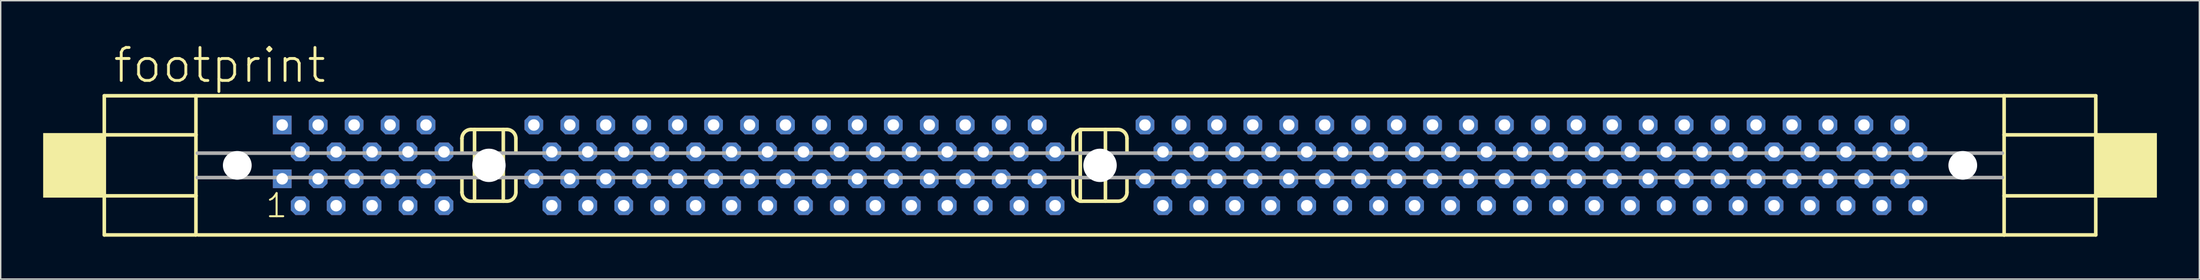
<source format=kicad_pcb>
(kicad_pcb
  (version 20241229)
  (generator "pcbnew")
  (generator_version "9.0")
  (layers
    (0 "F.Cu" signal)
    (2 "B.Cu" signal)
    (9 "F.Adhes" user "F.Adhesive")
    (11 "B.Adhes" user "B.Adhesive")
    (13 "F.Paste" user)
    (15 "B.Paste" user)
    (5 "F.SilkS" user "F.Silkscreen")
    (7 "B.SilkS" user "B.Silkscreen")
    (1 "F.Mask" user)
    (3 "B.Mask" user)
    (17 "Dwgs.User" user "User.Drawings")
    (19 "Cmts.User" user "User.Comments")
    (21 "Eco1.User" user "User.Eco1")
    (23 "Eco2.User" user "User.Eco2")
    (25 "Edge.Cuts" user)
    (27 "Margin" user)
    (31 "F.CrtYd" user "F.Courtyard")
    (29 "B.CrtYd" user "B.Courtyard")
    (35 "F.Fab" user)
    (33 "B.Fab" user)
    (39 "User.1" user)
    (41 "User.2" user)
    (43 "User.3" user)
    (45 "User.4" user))
  (footprint "footprint"
    (layer "F.Cu")
    (at 74.676 8.661)
    (property "Reference" "footprint" (at -69.85 -5.715 0) (layer "F.SilkS") (effects (font (size 2.337 2.337) (thickness 0.203)) (justify left bottom)))
    (fp_line (start -70.358 -4.928) (end -63.881 -4.928) (stroke (width 0.254) (type solid)) (layer "F.SilkS"))
    (fp_line (start -70.358 -2.311) (end -70.358 -4.928) (stroke (width 0.254) (type solid)) (layer "F.SilkS"))
    (fp_line (start -70.358 2.286) (end -70.358 4.928) (stroke (width 0.254) (type solid)) (layer "F.SilkS"))
    (fp_line (start -70.358 4.928) (end -63.881 4.928) (stroke (width 0.254) (type solid)) (layer "F.SilkS"))
    (fp_line (start -70.333 -2.159) (end -63.881 -2.159) (stroke (width 0.254) (type solid)) (layer "F.SilkS"))
    (fp_line (start -63.881 -4.928) (end -63.881 -2.159) (stroke (width 0.254) (type solid)) (layer "F.SilkS"))
    (fp_line (start -63.881 -4.928) (end 63.881 -4.928) (stroke (width 0.254) (type solid)) (layer "F.SilkS"))
    (fp_line (start -63.881 -2.159) (end -63.881 2.159) (stroke (width 0.254) (type solid)) (layer "F.SilkS"))
    (fp_line (start -63.881 2.159) (end -70.333 2.159) (stroke (width 0.254) (type solid)) (layer "F.SilkS"))
    (fp_line (start -63.881 4.928) (end -63.881 2.159) (stroke (width 0.254) (type solid)) (layer "F.SilkS"))
    (fp_line (start -45.085 -1.905) (end -45.085 -0.889) (stroke (width 0.254) (type solid)) (layer "F.SilkS"))
    (fp_line (start -45.085 0.889) (end -45.085 1.905) (stroke (width 0.254) (type solid)) (layer "F.SilkS"))
    (fp_line (start -44.45 2.54) (end -44.196 2.54) (stroke (width 0.254) (type solid)) (layer "F.SilkS"))
    (fp_line (start -44.196 -2.54) (end -44.45 -2.54) (stroke (width 0.254) (type solid)) (layer "F.SilkS"))
    (fp_line (start -44.196 2.54) (end -44.196 -2.54) (stroke (width 0.254) (type solid)) (layer "F.SilkS"))
    (fp_line (start -44.196 2.54) (end -42.164 2.54) (stroke (width 0.254) (type solid)) (layer "F.SilkS"))
    (fp_line (start -42.164 -2.54) (end -44.196 -2.54) (stroke (width 0.254) (type solid)) (layer "F.SilkS"))
    (fp_line (start -42.164 2.54) (end -42.164 -2.54) (stroke (width 0.254) (type solid)) (layer "F.SilkS"))
    (fp_line (start -42.164 2.54) (end -41.91 2.54) (stroke (width 0.254) (type solid)) (layer "F.SilkS"))
    (fp_line (start -41.91 -2.54) (end -42.164 -2.54) (stroke (width 0.254) (type solid)) (layer "F.SilkS"))
    (fp_line (start -41.275 -0.889) (end -41.275 -1.905) (stroke (width 0.254) (type solid)) (layer "F.SilkS"))
    (fp_line (start -41.275 1.905) (end -41.275 0.889) (stroke (width 0.254) (type solid)) (layer "F.SilkS"))
    (fp_line (start -1.905 -1.905) (end -1.905 -0.889) (stroke (width 0.254) (type solid)) (layer "F.SilkS"))
    (fp_line (start -1.905 0.889) (end -1.905 1.905) (stroke (width 0.254) (type solid)) (layer "F.SilkS"))
    (fp_line (start -1.397 2.54) (end -1.397 -2.54) (stroke (width 0.254) (type solid)) (layer "F.SilkS"))
    (fp_line (start -1.397 2.54) (end -1.27 2.54) (stroke (width 0.254) (type solid)) (layer "F.SilkS"))
    (fp_line (start -1.27 -2.54) (end -1.397 -2.54) (stroke (width 0.254) (type solid)) (layer "F.SilkS"))
    (fp_line (start -1.27 2.54) (end 0.381 2.54) (stroke (width 0.254) (type solid)) (layer "F.SilkS"))
    (fp_line (start 0.381 -2.54) (end -1.27 -2.54) (stroke (width 0.254) (type solid)) (layer "F.SilkS"))
    (fp_line (start 0.381 2.54) (end 0.381 -2.54) (stroke (width 0.254) (type solid)) (layer "F.SilkS"))
    (fp_line (start 0.381 2.54) (end 1.27 2.54) (stroke (width 0.254) (type solid)) (layer "F.SilkS"))
    (fp_line (start 1.27 -2.54) (end 0.381 -2.54) (stroke (width 0.254) (type solid)) (layer "F.SilkS"))
    (fp_line (start 1.905 -0.889) (end 1.905 -1.905) (stroke (width 0.254) (type solid)) (layer "F.SilkS"))
    (fp_line (start 1.905 1.905) (end 1.905 0.889) (stroke (width 0.254) (type solid)) (layer "F.SilkS"))
    (fp_line (start 63.881 -4.928) (end 63.881 -2.159) (stroke (width 0.254) (type solid)) (layer "F.SilkS"))
    (fp_line (start 63.881 -2.159) (end 63.881 2.159) (stroke (width 0.254) (type solid)) (layer "F.SilkS"))
    (fp_line (start 63.881 2.159) (end 63.881 4.928) (stroke (width 0.254) (type solid)) (layer "F.SilkS"))
    (fp_line (start 63.881 4.928) (end -63.729 4.928) (stroke (width 0.254) (type solid)) (layer "F.SilkS"))
    (fp_line (start 63.881 4.928) (end 70.358 4.928) (stroke (width 0.254) (type solid)) (layer "F.SilkS"))
    (fp_line (start 70.358 -4.928) (end 63.881 -4.928) (stroke (width 0.254) (type solid)) (layer "F.SilkS"))
    (fp_line (start 70.358 -2.159) (end 63.881 -2.159) (stroke (width 0.254) (type solid)) (layer "F.SilkS"))
    (fp_line (start 70.358 -2.159) (end 70.358 -4.928) (stroke (width 0.254) (type solid)) (layer "F.SilkS"))
    (fp_line (start 70.358 2.159) (end 63.881 2.159) (stroke (width 0.254) (type solid)) (layer "F.SilkS"))
    (fp_line (start 70.358 4.928) (end 70.358 2.159) (stroke (width 0.254) (type solid)) (layer "F.SilkS"))
    (fp_arc (start -45.085 -1.905) (mid -44.899013 -2.354013) (end -44.45 -2.54) (stroke (width 0.254) (type solid)) (layer "F.SilkS"))
    (fp_arc (start -44.45 2.54) (mid -44.899013 2.354013) (end -45.085 1.905) (stroke (width 0.254) (type solid)) (layer "F.SilkS"))
    (fp_arc (start -41.91 -2.54) (mid -41.460987 -2.354013) (end -41.275 -1.905) (stroke (width 0.254) (type solid)) (layer "F.SilkS"))
    (fp_arc (start -41.275 1.905) (mid -41.460987 2.354013) (end -41.91 2.54) (stroke (width 0.254) (type solid)) (layer "F.SilkS"))
    (fp_arc (start -1.905 -1.905) (mid -1.719013 -2.354013) (end -1.27 -2.54) (stroke (width 0.254) (type solid)) (layer "F.SilkS"))
    (fp_arc (start -1.27 2.54) (mid -1.719013 2.354013) (end -1.905 1.905) (stroke (width 0.254) (type solid)) (layer "F.SilkS"))
    (fp_arc (start 1.27 -2.54) (mid 1.719013 -2.354013) (end 1.905 -1.905) (stroke (width 0.254) (type solid)) (layer "F.SilkS"))
    (fp_arc (start 1.905 1.905) (mid 1.719013 2.354013) (end 1.27 2.54) (stroke (width 0.254) (type solid)) (layer "F.SilkS"))
    (fp_poly (pts (xy -74.676 2.286) (xy -70.231 2.286) (xy -70.231 -2.286) (xy -74.676 -2.286)) (stroke (width 0) (type solid)) (fill yes) (layer "F.SilkS"))
    (fp_poly (pts (xy 70.231 2.286) (xy 74.676 2.286) (xy 74.676 -2.286) (xy 70.231 -2.286)) (stroke (width 0) (type solid)) (fill yes) (layer "F.SilkS"))
    (fp_line (start -63.779 -0.864) (end 63.754 -0.864) (stroke (width 0.254) (type solid)) (layer "F.Fab"))
    (fp_line (start -63.779 0.864) (end 63.754 0.864) (stroke (width 0.254) (type solid)) (layer "F.Fab"))
    (fp_text user "1" (at -59.055 3.81 0) (layer "F.SilkS") (effects (font (size 1.636 1.636) (thickness 0.142)) (justify left bottom)))
    (pad "" np_thru_hole circle (at -60.96 0) (size 2.032 2.032) (drill 2.032) (layers "*.Cu" "*.Mask"))
    (pad "" np_thru_hole circle (at -43.18 0) (size 2.362 2.362) (drill 2.362) (layers "*.Cu" "*.Mask"))
    (pad "" np_thru_hole circle (at 0 0) (size 2.362 2.362) (drill 2.362) (layers "*.Cu" "*.Mask"))
    (pad "" np_thru_hole circle (at 60.96 0) (size 2.032 2.032) (drill 2.032) (layers "*.Cu" "*.Mask"))
    (pad "1" thru_hole rect (at -57.785 0.953) (size 1.321 1.321) (drill 0.813) (layers "*.Cu" "*.Mask"))
    (pad "2" thru_hole roundrect (at -56.515 2.857) (size 1.321 1.321) (drill 0.813) (layers "*.Cu" "*.Mask") (roundrect_rratio 0.25) (chamfer_ratio 0.25) (chamfer top_left top_right bottom_left bottom_right))
    (pad "3" thru_hole roundrect (at -55.245 0.953) (size 1.321 1.321) (drill 0.813) (layers "*.Cu" "*.Mask") (roundrect_rratio 0.25) (chamfer_ratio 0.25) (chamfer top_left top_right bottom_left bottom_right))
    (pad "4" thru_hole roundrect (at -53.975 2.857) (size 1.321 1.321) (drill 0.813) (layers "*.Cu" "*.Mask") (roundrect_rratio 0.25) (chamfer_ratio 0.25) (chamfer top_left top_right bottom_left bottom_right))
    (pad "5" thru_hole roundrect (at -52.705 0.953) (size 1.321 1.321) (drill 0.813) (layers "*.Cu" "*.Mask") (roundrect_rratio 0.25) (chamfer_ratio 0.25) (chamfer top_left top_right bottom_left bottom_right))
    (pad "6" thru_hole roundrect (at -51.435 2.857) (size 1.321 1.321) (drill 0.813) (layers "*.Cu" "*.Mask") (roundrect_rratio 0.25) (chamfer_ratio 0.25) (chamfer top_left top_right bottom_left bottom_right))
    (pad "7" thru_hole roundrect (at -50.165 0.953) (size 1.321 1.321) (drill 0.813) (layers "*.Cu" "*.Mask") (roundrect_rratio 0.25) (chamfer_ratio 0.25) (chamfer top_left top_right bottom_left bottom_right))
    (pad "8" thru_hole roundrect (at -48.895 2.857) (size 1.321 1.321) (drill 0.813) (layers "*.Cu" "*.Mask") (roundrect_rratio 0.25) (chamfer_ratio 0.25) (chamfer top_left top_right bottom_left bottom_right))
    (pad "9" thru_hole roundrect (at -47.625 0.953) (size 1.321 1.321) (drill 0.813) (layers "*.Cu" "*.Mask") (roundrect_rratio 0.25) (chamfer_ratio 0.25) (chamfer top_left top_right bottom_left bottom_right))
    (pad "10" thru_hole roundrect (at -46.355 2.857) (size 1.321 1.321) (drill 0.813) (layers "*.Cu" "*.Mask") (roundrect_rratio 0.25) (chamfer_ratio 0.25) (chamfer top_left top_right bottom_left bottom_right))
    (pad "11" thru_hole roundrect (at -40.005 0.953) (size 1.321 1.321) (drill 0.813) (layers "*.Cu" "*.Mask") (roundrect_rratio 0.25) (chamfer_ratio 0.25) (chamfer top_left top_right bottom_left bottom_right))
    (pad "12" thru_hole roundrect (at -38.735 2.857) (size 1.321 1.321) (drill 0.813) (layers "*.Cu" "*.Mask") (roundrect_rratio 0.25) (chamfer_ratio 0.25) (chamfer top_left top_right bottom_left bottom_right))
    (pad "13" thru_hole roundrect (at -37.465 0.953) (size 1.321 1.321) (drill 0.813) (layers "*.Cu" "*.Mask") (roundrect_rratio 0.25) (chamfer_ratio 0.25) (chamfer top_left top_right bottom_left bottom_right))
    (pad "14" thru_hole roundrect (at -36.195 2.857) (size 1.321 1.321) (drill 0.813) (layers "*.Cu" "*.Mask") (roundrect_rratio 0.25) (chamfer_ratio 0.25) (chamfer top_left top_right bottom_left bottom_right))
    (pad "15" thru_hole roundrect (at -34.925 0.953) (size 1.321 1.321) (drill 0.813) (layers "*.Cu" "*.Mask") (roundrect_rratio 0.25) (chamfer_ratio 0.25) (chamfer top_left top_right bottom_left bottom_right))
    (pad "16" thru_hole roundrect (at -33.655 2.857) (size 1.321 1.321) (drill 0.813) (layers "*.Cu" "*.Mask") (roundrect_rratio 0.25) (chamfer_ratio 0.25) (chamfer top_left top_right bottom_left bottom_right))
    (pad "17" thru_hole roundrect (at -32.385 0.953) (size 1.321 1.321) (drill 0.813) (layers "*.Cu" "*.Mask") (roundrect_rratio 0.25) (chamfer_ratio 0.25) (chamfer top_left top_right bottom_left bottom_right))
    (pad "18" thru_hole roundrect (at -31.115 2.857) (size 1.321 1.321) (drill 0.813) (layers "*.Cu" "*.Mask") (roundrect_rratio 0.25) (chamfer_ratio 0.25) (chamfer top_left top_right bottom_left bottom_right))
    (pad "19" thru_hole roundrect (at -29.845 0.953) (size 1.321 1.321) (drill 0.813) (layers "*.Cu" "*.Mask") (roundrect_rratio 0.25) (chamfer_ratio 0.25) (chamfer top_left top_right bottom_left bottom_right))
    (pad "20" thru_hole roundrect (at -28.575 2.857) (size 1.321 1.321) (drill 0.813) (layers "*.Cu" "*.Mask") (roundrect_rratio 0.25) (chamfer_ratio 0.25) (chamfer top_left top_right bottom_left bottom_right))
    (pad "21" thru_hole roundrect (at -27.305 0.953) (size 1.321 1.321) (drill 0.813) (layers "*.Cu" "*.Mask") (roundrect_rratio 0.25) (chamfer_ratio 0.25) (chamfer top_left top_right bottom_left bottom_right))
    (pad "22" thru_hole roundrect (at -26.035 2.857) (size 1.321 1.321) (drill 0.813) (layers "*.Cu" "*.Mask") (roundrect_rratio 0.25) (chamfer_ratio 0.25) (chamfer top_left top_right bottom_left bottom_right))
    (pad "23" thru_hole roundrect (at -24.765 0.953) (size 1.321 1.321) (drill 0.813) (layers "*.Cu" "*.Mask") (roundrect_rratio 0.25) (chamfer_ratio 0.25) (chamfer top_left top_right bottom_left bottom_right))
    (pad "24" thru_hole roundrect (at -23.495 2.857) (size 1.321 1.321) (drill 0.813) (layers "*.Cu" "*.Mask") (roundrect_rratio 0.25) (chamfer_ratio 0.25) (chamfer top_left top_right bottom_left bottom_right))
    (pad "25" thru_hole roundrect (at -22.225 0.953) (size 1.321 1.321) (drill 0.813) (layers "*.Cu" "*.Mask") (roundrect_rratio 0.25) (chamfer_ratio 0.25) (chamfer top_left top_right bottom_left bottom_right))
    (pad "26" thru_hole roundrect (at -20.955 2.857) (size 1.321 1.321) (drill 0.813) (layers "*.Cu" "*.Mask") (roundrect_rratio 0.25) (chamfer_ratio 0.25) (chamfer top_left top_right bottom_left bottom_right))
    (pad "27" thru_hole roundrect (at -19.685 0.953) (size 1.321 1.321) (drill 0.813) (layers "*.Cu" "*.Mask") (roundrect_rratio 0.25) (chamfer_ratio 0.25) (chamfer top_left top_right bottom_left bottom_right))
    (pad "28" thru_hole roundrect (at -18.415 2.857) (size 1.321 1.321) (drill 0.813) (layers "*.Cu" "*.Mask") (roundrect_rratio 0.25) (chamfer_ratio 0.25) (chamfer top_left top_right bottom_left bottom_right))
    (pad "29" thru_hole roundrect (at -17.145 0.953) (size 1.321 1.321) (drill 0.813) (layers "*.Cu" "*.Mask") (roundrect_rratio 0.25) (chamfer_ratio 0.25) (chamfer top_left top_right bottom_left bottom_right))
    (pad "30" thru_hole roundrect (at -15.875 2.857) (size 1.321 1.321) (drill 0.813) (layers "*.Cu" "*.Mask") (roundrect_rratio 0.25) (chamfer_ratio 0.25) (chamfer top_left top_right bottom_left bottom_right))
    (pad "31" thru_hole roundrect (at -14.605 0.953) (size 1.321 1.321) (drill 0.813) (layers "*.Cu" "*.Mask") (roundrect_rratio 0.25) (chamfer_ratio 0.25) (chamfer top_left top_right bottom_left bottom_right))
    (pad "32" thru_hole roundrect (at -13.335 2.857) (size 1.321 1.321) (drill 0.813) (layers "*.Cu" "*.Mask") (roundrect_rratio 0.25) (chamfer_ratio 0.25) (chamfer top_left top_right bottom_left bottom_right))
    (pad "33" thru_hole roundrect (at -12.065 0.953) (size 1.321 1.321) (drill 0.813) (layers "*.Cu" "*.Mask") (roundrect_rratio 0.25) (chamfer_ratio 0.25) (chamfer top_left top_right bottom_left bottom_right))
    (pad "34" thru_hole roundrect (at -10.795 2.857) (size 1.321 1.321) (drill 0.813) (layers "*.Cu" "*.Mask") (roundrect_rratio 0.25) (chamfer_ratio 0.25) (chamfer top_left top_right bottom_left bottom_right))
    (pad "35" thru_hole roundrect (at -9.525 0.953) (size 1.321 1.321) (drill 0.813) (layers "*.Cu" "*.Mask") (roundrect_rratio 0.25) (chamfer_ratio 0.25) (chamfer top_left top_right bottom_left bottom_right))
    (pad "36" thru_hole roundrect (at -8.255 2.857) (size 1.321 1.321) (drill 0.813) (layers "*.Cu" "*.Mask") (roundrect_rratio 0.25) (chamfer_ratio 0.25) (chamfer top_left top_right bottom_left bottom_right))
    (pad "37" thru_hole roundrect (at -6.985 0.953) (size 1.321 1.321) (drill 0.813) (layers "*.Cu" "*.Mask") (roundrect_rratio 0.25) (chamfer_ratio 0.25) (chamfer top_left top_right bottom_left bottom_right))
    (pad "38" thru_hole roundrect (at -5.715 2.857) (size 1.321 1.321) (drill 0.813) (layers "*.Cu" "*.Mask") (roundrect_rratio 0.25) (chamfer_ratio 0.25) (chamfer top_left top_right bottom_left bottom_right))
    (pad "39" thru_hole roundrect (at -4.445 0.953) (size 1.321 1.321) (drill 0.813) (layers "*.Cu" "*.Mask") (roundrect_rratio 0.25) (chamfer_ratio 0.25) (chamfer top_left top_right bottom_left bottom_right))
    (pad "40" thru_hole roundrect (at -3.175 2.857) (size 1.321 1.321) (drill 0.813) (layers "*.Cu" "*.Mask") (roundrect_rratio 0.25) (chamfer_ratio 0.25) (chamfer top_left top_right bottom_left bottom_right))
    (pad "41" thru_hole roundrect (at 3.175 0.953) (size 1.321 1.321) (drill 0.813) (layers "*.Cu" "*.Mask") (roundrect_rratio 0.25) (chamfer_ratio 0.25) (chamfer top_left top_right bottom_left bottom_right))
    (pad "42" thru_hole roundrect (at 4.445 2.857) (size 1.321 1.321) (drill 0.813) (layers "*.Cu" "*.Mask") (roundrect_rratio 0.25) (chamfer_ratio 0.25) (chamfer top_left top_right bottom_left bottom_right))
    (pad "43" thru_hole roundrect (at 5.715 0.953) (size 1.321 1.321) (drill 0.813) (layers "*.Cu" "*.Mask") (roundrect_rratio 0.25) (chamfer_ratio 0.25) (chamfer top_left top_right bottom_left bottom_right))
    (pad "44" thru_hole roundrect (at 6.985 2.857) (size 1.321 1.321) (drill 0.813) (layers "*.Cu" "*.Mask") (roundrect_rratio 0.25) (chamfer_ratio 0.25) (chamfer top_left top_right bottom_left bottom_right))
    (pad "45" thru_hole roundrect (at 8.255 0.953) (size 1.321 1.321) (drill 0.813) (layers "*.Cu" "*.Mask") (roundrect_rratio 0.25) (chamfer_ratio 0.25) (chamfer top_left top_right bottom_left bottom_right))
    (pad "46" thru_hole roundrect (at 9.525 2.857) (size 1.321 1.321) (drill 0.813) (layers "*.Cu" "*.Mask") (roundrect_rratio 0.25) (chamfer_ratio 0.25) (chamfer top_left top_right bottom_left bottom_right))
    (pad "47" thru_hole roundrect (at 10.795 0.953) (size 1.321 1.321) (drill 0.813) (layers "*.Cu" "*.Mask") (roundrect_rratio 0.25) (chamfer_ratio 0.25) (chamfer top_left top_right bottom_left bottom_right))
    (pad "48" thru_hole roundrect (at 12.065 2.857) (size 1.321 1.321) (drill 0.813) (layers "*.Cu" "*.Mask") (roundrect_rratio 0.25) (chamfer_ratio 0.25) (chamfer top_left top_right bottom_left bottom_right))
    (pad "49" thru_hole roundrect (at 13.335 0.953) (size 1.321 1.321) (drill 0.813) (layers "*.Cu" "*.Mask") (roundrect_rratio 0.25) (chamfer_ratio 0.25) (chamfer top_left top_right bottom_left bottom_right))
    (pad "50" thru_hole roundrect (at 14.605 2.857) (size 1.321 1.321) (drill 0.813) (layers "*.Cu" "*.Mask") (roundrect_rratio 0.25) (chamfer_ratio 0.25) (chamfer top_left top_right bottom_left bottom_right))
    (pad "51" thru_hole roundrect (at 15.875 0.953) (size 1.321 1.321) (drill 0.813) (layers "*.Cu" "*.Mask") (roundrect_rratio 0.25) (chamfer_ratio 0.25) (chamfer top_left top_right bottom_left bottom_right))
    (pad "52" thru_hole roundrect (at 17.145 2.857) (size 1.321 1.321) (drill 0.813) (layers "*.Cu" "*.Mask") (roundrect_rratio 0.25) (chamfer_ratio 0.25) (chamfer top_left top_right bottom_left bottom_right))
    (pad "53" thru_hole roundrect (at 18.415 0.953) (size 1.321 1.321) (drill 0.813) (layers "*.Cu" "*.Mask") (roundrect_rratio 0.25) (chamfer_ratio 0.25) (chamfer top_left top_right bottom_left bottom_right))
    (pad "54" thru_hole roundrect (at 19.685 2.857) (size 1.321 1.321) (drill 0.813) (layers "*.Cu" "*.Mask") (roundrect_rratio 0.25) (chamfer_ratio 0.25) (chamfer top_left top_right bottom_left bottom_right))
    (pad "55" thru_hole roundrect (at 20.955 0.953) (size 1.321 1.321) (drill 0.813) (layers "*.Cu" "*.Mask") (roundrect_rratio 0.25) (chamfer_ratio 0.25) (chamfer top_left top_right bottom_left bottom_right))
    (pad "56" thru_hole roundrect (at 22.225 2.857) (size 1.321 1.321) (drill 0.813) (layers "*.Cu" "*.Mask") (roundrect_rratio 0.25) (chamfer_ratio 0.25) (chamfer top_left top_right bottom_left bottom_right))
    (pad "57" thru_hole roundrect (at 23.495 0.953) (size 1.321 1.321) (drill 0.813) (layers "*.Cu" "*.Mask") (roundrect_rratio 0.25) (chamfer_ratio 0.25) (chamfer top_left top_right bottom_left bottom_right))
    (pad "58" thru_hole roundrect (at 24.765 2.857) (size 1.321 1.321) (drill 0.813) (layers "*.Cu" "*.Mask") (roundrect_rratio 0.25) (chamfer_ratio 0.25) (chamfer top_left top_right bottom_left bottom_right))
    (pad "59" thru_hole roundrect (at 26.035 0.953) (size 1.321 1.321) (drill 0.813) (layers "*.Cu" "*.Mask") (roundrect_rratio 0.25) (chamfer_ratio 0.25) (chamfer top_left top_right bottom_left bottom_right))
    (pad "60" thru_hole roundrect (at 27.305 2.857) (size 1.321 1.321) (drill 0.813) (layers "*.Cu" "*.Mask") (roundrect_rratio 0.25) (chamfer_ratio 0.25) (chamfer top_left top_right bottom_left bottom_right))
    (pad "61" thru_hole roundrect (at 28.575 0.953) (size 1.321 1.321) (drill 0.813) (layers "*.Cu" "*.Mask") (roundrect_rratio 0.25) (chamfer_ratio 0.25) (chamfer top_left top_right bottom_left bottom_right))
    (pad "62" thru_hole roundrect (at 29.845 2.857) (size 1.321 1.321) (drill 0.813) (layers "*.Cu" "*.Mask") (roundrect_rratio 0.25) (chamfer_ratio 0.25) (chamfer top_left top_right bottom_left bottom_right))
    (pad "63" thru_hole roundrect (at 31.115 0.953) (size 1.321 1.321) (drill 0.813) (layers "*.Cu" "*.Mask") (roundrect_rratio 0.25) (chamfer_ratio 0.25) (chamfer top_left top_right bottom_left bottom_right))
    (pad "64" thru_hole roundrect (at 32.385 2.857) (size 1.321 1.321) (drill 0.813) (layers "*.Cu" "*.Mask") (roundrect_rratio 0.25) (chamfer_ratio 0.25) (chamfer top_left top_right bottom_left bottom_right))
    (pad "65" thru_hole roundrect (at 33.655 0.953) (size 1.321 1.321) (drill 0.813) (layers "*.Cu" "*.Mask") (roundrect_rratio 0.25) (chamfer_ratio 0.25) (chamfer top_left top_right bottom_left bottom_right))
    (pad "66" thru_hole roundrect (at 34.925 2.857) (size 1.321 1.321) (drill 0.813) (layers "*.Cu" "*.Mask") (roundrect_rratio 0.25) (chamfer_ratio 0.25) (chamfer top_left top_right bottom_left bottom_right))
    (pad "67" thru_hole roundrect (at 36.195 0.953) (size 1.321 1.321) (drill 0.813) (layers "*.Cu" "*.Mask") (roundrect_rratio 0.25) (chamfer_ratio 0.25) (chamfer top_left top_right bottom_left bottom_right))
    (pad "68" thru_hole roundrect (at 37.465 2.857) (size 1.321 1.321) (drill 0.813) (layers "*.Cu" "*.Mask") (roundrect_rratio 0.25) (chamfer_ratio 0.25) (chamfer top_left top_right bottom_left bottom_right))
    (pad "69" thru_hole roundrect (at 38.735 0.953) (size 1.321 1.321) (drill 0.813) (layers "*.Cu" "*.Mask") (roundrect_rratio 0.25) (chamfer_ratio 0.25) (chamfer top_left top_right bottom_left bottom_right))
    (pad "70" thru_hole roundrect (at 40.005 2.857) (size 1.321 1.321) (drill 0.813) (layers "*.Cu" "*.Mask") (roundrect_rratio 0.25) (chamfer_ratio 0.25) (chamfer top_left top_right bottom_left bottom_right))
    (pad "71" thru_hole roundrect (at 41.275 0.953) (size 1.321 1.321) (drill 0.813) (layers "*.Cu" "*.Mask") (roundrect_rratio 0.25) (chamfer_ratio 0.25) (chamfer top_left top_right bottom_left bottom_right))
    (pad "72" thru_hole roundrect (at 42.545 2.857) (size 1.321 1.321) (drill 0.813) (layers "*.Cu" "*.Mask") (roundrect_rratio 0.25) (chamfer_ratio 0.25) (chamfer top_left top_right bottom_left bottom_right))
    (pad "73" thru_hole roundrect (at 43.815 0.953) (size 1.321 1.321) (drill 0.813) (layers "*.Cu" "*.Mask") (roundrect_rratio 0.25) (chamfer_ratio 0.25) (chamfer top_left top_right bottom_left bottom_right))
    (pad "74" thru_hole roundrect (at 45.085 2.857) (size 1.321 1.321) (drill 0.813) (layers "*.Cu" "*.Mask") (roundrect_rratio 0.25) (chamfer_ratio 0.25) (chamfer top_left top_right bottom_left bottom_right))
    (pad "75" thru_hole roundrect (at 46.355 0.953) (size 1.321 1.321) (drill 0.813) (layers "*.Cu" "*.Mask") (roundrect_rratio 0.25) (chamfer_ratio 0.25) (chamfer top_left top_right bottom_left bottom_right))
    (pad "76" thru_hole roundrect (at 47.625 2.857) (size 1.321 1.321) (drill 0.813) (layers "*.Cu" "*.Mask") (roundrect_rratio 0.25) (chamfer_ratio 0.25) (chamfer top_left top_right bottom_left bottom_right))
    (pad "77" thru_hole roundrect (at 48.895 0.953) (size 1.321 1.321) (drill 0.813) (layers "*.Cu" "*.Mask") (roundrect_rratio 0.25) (chamfer_ratio 0.25) (chamfer top_left top_right bottom_left bottom_right))
    (pad "78" thru_hole roundrect (at 50.165 2.857) (size 1.321 1.321) (drill 0.813) (layers "*.Cu" "*.Mask") (roundrect_rratio 0.25) (chamfer_ratio 0.25) (chamfer top_left top_right bottom_left bottom_right))
    (pad "79" thru_hole roundrect (at 51.435 0.953) (size 1.321 1.321) (drill 0.813) (layers "*.Cu" "*.Mask") (roundrect_rratio 0.25) (chamfer_ratio 0.25) (chamfer top_left top_right bottom_left bottom_right))
    (pad "80" thru_hole roundrect (at 52.705 2.857) (size 1.321 1.321) (drill 0.813) (layers "*.Cu" "*.Mask") (roundrect_rratio 0.25) (chamfer_ratio 0.25) (chamfer top_left top_right bottom_left bottom_right))
    (pad "81" thru_hole roundrect (at 53.975 0.953) (size 1.321 1.321) (drill 0.813) (layers "*.Cu" "*.Mask") (roundrect_rratio 0.25) (chamfer_ratio 0.25) (chamfer top_left top_right bottom_left bottom_right))
    (pad "82" thru_hole roundrect (at 55.245 2.857) (size 1.321 1.321) (drill 0.813) (layers "*.Cu" "*.Mask") (roundrect_rratio 0.25) (chamfer_ratio 0.25) (chamfer top_left top_right bottom_left bottom_right))
    (pad "83" thru_hole roundrect (at 56.515 0.953) (size 1.321 1.321) (drill 0.813) (layers "*.Cu" "*.Mask") (roundrect_rratio 0.25) (chamfer_ratio 0.25) (chamfer top_left top_right bottom_left bottom_right))
    (pad "84" thru_hole roundrect (at 57.785 2.857) (size 1.321 1.321) (drill 0.813) (layers "*.Cu" "*.Mask") (roundrect_rratio 0.25) (chamfer_ratio 0.25) (chamfer top_left top_right bottom_left bottom_right))
    (pad "85" thru_hole rect (at -57.785 -2.857) (size 1.321 1.321) (drill 0.813) (layers "*.Cu" "*.Mask"))
    (pad "86" thru_hole roundrect (at -56.515 -0.953) (size 1.321 1.321) (drill 0.813) (layers "*.Cu" "*.Mask") (roundrect_rratio 0.25) (chamfer_ratio 0.25) (chamfer top_left top_right bottom_left bottom_right))
    (pad "87" thru_hole roundrect (at -55.245 -2.857) (size 1.321 1.321) (drill 0.813) (layers "*.Cu" "*.Mask") (roundrect_rratio 0.25) (chamfer_ratio 0.25) (chamfer top_left top_right bottom_left bottom_right))
    (pad "88" thru_hole roundrect (at -53.975 -0.953) (size 1.321 1.321) (drill 0.813) (layers "*.Cu" "*.Mask") (roundrect_rratio 0.25) (chamfer_ratio 0.25) (chamfer top_left top_right bottom_left bottom_right))
    (pad "89" thru_hole roundrect (at -52.705 -2.857) (size 1.321 1.321) (drill 0.813) (layers "*.Cu" "*.Mask") (roundrect_rratio 0.25) (chamfer_ratio 0.25) (chamfer top_left top_right bottom_left bottom_right))
    (pad "90" thru_hole roundrect (at -51.435 -0.953) (size 1.321 1.321) (drill 0.813) (layers "*.Cu" "*.Mask") (roundrect_rratio 0.25) (chamfer_ratio 0.25) (chamfer top_left top_right bottom_left bottom_right))
    (pad "91" thru_hole roundrect (at -50.165 -2.857) (size 1.321 1.321) (drill 0.813) (layers "*.Cu" "*.Mask") (roundrect_rratio 0.25) (chamfer_ratio 0.25) (chamfer top_left top_right bottom_left bottom_right))
    (pad "92" thru_hole roundrect (at -48.895 -0.953) (size 1.321 1.321) (drill 0.813) (layers "*.Cu" "*.Mask") (roundrect_rratio 0.25) (chamfer_ratio 0.25) (chamfer top_left top_right bottom_left bottom_right))
    (pad "93" thru_hole roundrect (at -47.625 -2.857) (size 1.321 1.321) (drill 0.813) (layers "*.Cu" "*.Mask") (roundrect_rratio 0.25) (chamfer_ratio 0.25) (chamfer top_left top_right bottom_left bottom_right))
    (pad "94" thru_hole roundrect (at -46.355 -0.953) (size 1.321 1.321) (drill 0.813) (layers "*.Cu" "*.Mask") (roundrect_rratio 0.25) (chamfer_ratio 0.25) (chamfer top_left top_right bottom_left bottom_right))
    (pad "95" thru_hole roundrect (at -40.005 -2.857) (size 1.321 1.321) (drill 0.813) (layers "*.Cu" "*.Mask") (roundrect_rratio 0.25) (chamfer_ratio 0.25) (chamfer top_left top_right bottom_left bottom_right))
    (pad "96" thru_hole roundrect (at -38.735 -0.953) (size 1.321 1.321) (drill 0.813) (layers "*.Cu" "*.Mask") (roundrect_rratio 0.25) (chamfer_ratio 0.25) (chamfer top_left top_right bottom_left bottom_right))
    (pad "97" thru_hole roundrect (at -37.465 -2.857) (size 1.321 1.321) (drill 0.813) (layers "*.Cu" "*.Mask") (roundrect_rratio 0.25) (chamfer_ratio 0.25) (chamfer top_left top_right bottom_left bottom_right))
    (pad "98" thru_hole roundrect (at -36.195 -0.953) (size 1.321 1.321) (drill 0.813) (layers "*.Cu" "*.Mask") (roundrect_rratio 0.25) (chamfer_ratio 0.25) (chamfer top_left top_right bottom_left bottom_right))
    (pad "99" thru_hole roundrect (at -34.925 -2.857) (size 1.321 1.321) (drill 0.813) (layers "*.Cu" "*.Mask") (roundrect_rratio 0.25) (chamfer_ratio 0.25) (chamfer top_left top_right bottom_left bottom_right))
    (pad "100" thru_hole roundrect (at -33.655 -0.953) (size 1.321 1.321) (drill 0.813) (layers "*.Cu" "*.Mask") (roundrect_rratio 0.25) (chamfer_ratio 0.25) (chamfer top_left top_right bottom_left bottom_right))
    (pad "101" thru_hole roundrect (at -32.385 -2.857) (size 1.321 1.321) (drill 0.813) (layers "*.Cu" "*.Mask") (roundrect_rratio 0.25) (chamfer_ratio 0.25) (chamfer top_left top_right bottom_left bottom_right))
    (pad "102" thru_hole roundrect (at -31.115 -0.953) (size 1.321 1.321) (drill 0.813) (layers "*.Cu" "*.Mask") (roundrect_rratio 0.25) (chamfer_ratio 0.25) (chamfer top_left top_right bottom_left bottom_right))
    (pad "103" thru_hole roundrect (at -29.845 -2.857) (size 1.321 1.321) (drill 0.813) (layers "*.Cu" "*.Mask") (roundrect_rratio 0.25) (chamfer_ratio 0.25) (chamfer top_left top_right bottom_left bottom_right))
    (pad "104" thru_hole roundrect (at -28.575 -0.953) (size 1.321 1.321) (drill 0.813) (layers "*.Cu" "*.Mask") (roundrect_rratio 0.25) (chamfer_ratio 0.25) (chamfer top_left top_right bottom_left bottom_right))
    (pad "105" thru_hole roundrect (at -27.305 -2.857) (size 1.321 1.321) (drill 0.813) (layers "*.Cu" "*.Mask") (roundrect_rratio 0.25) (chamfer_ratio 0.25) (chamfer top_left top_right bottom_left bottom_right))
    (pad "106" thru_hole roundrect (at -26.035 -0.953) (size 1.321 1.321) (drill 0.813) (layers "*.Cu" "*.Mask") (roundrect_rratio 0.25) (chamfer_ratio 0.25) (chamfer top_left top_right bottom_left bottom_right))
    (pad "107" thru_hole roundrect (at -24.765 -2.857) (size 1.321 1.321) (drill 0.813) (layers "*.Cu" "*.Mask") (roundrect_rratio 0.25) (chamfer_ratio 0.25) (chamfer top_left top_right bottom_left bottom_right))
    (pad "108" thru_hole roundrect (at -23.495 -0.953) (size 1.321 1.321) (drill 0.813) (layers "*.Cu" "*.Mask") (roundrect_rratio 0.25) (chamfer_ratio 0.25) (chamfer top_left top_right bottom_left bottom_right))
    (pad "109" thru_hole roundrect (at -22.225 -2.857) (size 1.321 1.321) (drill 0.813) (layers "*.Cu" "*.Mask") (roundrect_rratio 0.25) (chamfer_ratio 0.25) (chamfer top_left top_right bottom_left bottom_right))
    (pad "110" thru_hole roundrect (at -20.955 -0.953) (size 1.321 1.321) (drill 0.813) (layers "*.Cu" "*.Mask") (roundrect_rratio 0.25) (chamfer_ratio 0.25) (chamfer top_left top_right bottom_left bottom_right))
    (pad "111" thru_hole roundrect (at -19.685 -2.857) (size 1.321 1.321) (drill 0.813) (layers "*.Cu" "*.Mask") (roundrect_rratio 0.25) (chamfer_ratio 0.25) (chamfer top_left top_right bottom_left bottom_right))
    (pad "112" thru_hole roundrect (at -18.415 -0.953) (size 1.321 1.321) (drill 0.813) (layers "*.Cu" "*.Mask") (roundrect_rratio 0.25) (chamfer_ratio 0.25) (chamfer top_left top_right bottom_left bottom_right))
    (pad "113" thru_hole roundrect (at -17.145 -2.857) (size 1.321 1.321) (drill 0.813) (layers "*.Cu" "*.Mask") (roundrect_rratio 0.25) (chamfer_ratio 0.25) (chamfer top_left top_right bottom_left bottom_right))
    (pad "114" thru_hole roundrect (at -15.875 -0.953) (size 1.321 1.321) (drill 0.813) (layers "*.Cu" "*.Mask") (roundrect_rratio 0.25) (chamfer_ratio 0.25) (chamfer top_left top_right bottom_left bottom_right))
    (pad "115" thru_hole roundrect (at -14.605 -2.857) (size 1.321 1.321) (drill 0.813) (layers "*.Cu" "*.Mask") (roundrect_rratio 0.25) (chamfer_ratio 0.25) (chamfer top_left top_right bottom_left bottom_right))
    (pad "116" thru_hole roundrect (at -13.335 -0.953) (size 1.321 1.321) (drill 0.813) (layers "*.Cu" "*.Mask") (roundrect_rratio 0.25) (chamfer_ratio 0.25) (chamfer top_left top_right bottom_left bottom_right))
    (pad "117" thru_hole roundrect (at -12.065 -2.857) (size 1.321 1.321) (drill 0.813) (layers "*.Cu" "*.Mask") (roundrect_rratio 0.25) (chamfer_ratio 0.25) (chamfer top_left top_right bottom_left bottom_right))
    (pad "118" thru_hole roundrect (at -10.795 -0.953) (size 1.321 1.321) (drill 0.813) (layers "*.Cu" "*.Mask") (roundrect_rratio 0.25) (chamfer_ratio 0.25) (chamfer top_left top_right bottom_left bottom_right))
    (pad "119" thru_hole roundrect (at -9.525 -2.857) (size 1.321 1.321) (drill 0.813) (layers "*.Cu" "*.Mask") (roundrect_rratio 0.25) (chamfer_ratio 0.25) (chamfer top_left top_right bottom_left bottom_right))
    (pad "120" thru_hole roundrect (at -8.255 -0.953) (size 1.321 1.321) (drill 0.813) (layers "*.Cu" "*.Mask") (roundrect_rratio 0.25) (chamfer_ratio 0.25) (chamfer top_left top_right bottom_left bottom_right))
    (pad "121" thru_hole roundrect (at -6.985 -2.857) (size 1.321 1.321) (drill 0.813) (layers "*.Cu" "*.Mask") (roundrect_rratio 0.25) (chamfer_ratio 0.25) (chamfer top_left top_right bottom_left bottom_right))
    (pad "122" thru_hole roundrect (at -5.715 -0.953) (size 1.321 1.321) (drill 0.813) (layers "*.Cu" "*.Mask") (roundrect_rratio 0.25) (chamfer_ratio 0.25) (chamfer top_left top_right bottom_left bottom_right))
    (pad "123" thru_hole roundrect (at -4.445 -2.857) (size 1.321 1.321) (drill 0.813) (layers "*.Cu" "*.Mask") (roundrect_rratio 0.25) (chamfer_ratio 0.25) (chamfer top_left top_right bottom_left bottom_right))
    (pad "124" thru_hole roundrect (at -3.175 -0.953) (size 1.321 1.321) (drill 0.813) (layers "*.Cu" "*.Mask") (roundrect_rratio 0.25) (chamfer_ratio 0.25) (chamfer top_left top_right bottom_left bottom_right))
    (pad "125" thru_hole roundrect (at 3.175 -2.857) (size 1.321 1.321) (drill 0.813) (layers "*.Cu" "*.Mask") (roundrect_rratio 0.25) (chamfer_ratio 0.25) (chamfer top_left top_right bottom_left bottom_right))
    (pad "126" thru_hole roundrect (at 4.445 -0.953) (size 1.321 1.321) (drill 0.813) (layers "*.Cu" "*.Mask") (roundrect_rratio 0.25) (chamfer_ratio 0.25) (chamfer top_left top_right bottom_left bottom_right))
    (pad "127" thru_hole roundrect (at 5.715 -2.857) (size 1.321 1.321) (drill 0.813) (layers "*.Cu" "*.Mask") (roundrect_rratio 0.25) (chamfer_ratio 0.25) (chamfer top_left top_right bottom_left bottom_right))
    (pad "128" thru_hole roundrect (at 6.985 -0.953) (size 1.321 1.321) (drill 0.813) (layers "*.Cu" "*.Mask") (roundrect_rratio 0.25) (chamfer_ratio 0.25) (chamfer top_left top_right bottom_left bottom_right))
    (pad "129" thru_hole roundrect (at 8.255 -2.857) (size 1.321 1.321) (drill 0.813) (layers "*.Cu" "*.Mask") (roundrect_rratio 0.25) (chamfer_ratio 0.25) (chamfer top_left top_right bottom_left bottom_right))
    (pad "130" thru_hole roundrect (at 9.525 -0.953) (size 1.321 1.321) (drill 0.813) (layers "*.Cu" "*.Mask") (roundrect_rratio 0.25) (chamfer_ratio 0.25) (chamfer top_left top_right bottom_left bottom_right))
    (pad "131" thru_hole roundrect (at 10.795 -2.857) (size 1.321 1.321) (drill 0.813) (layers "*.Cu" "*.Mask") (roundrect_rratio 0.25) (chamfer_ratio 0.25) (chamfer top_left top_right bottom_left bottom_right))
    (pad "132" thru_hole roundrect (at 12.065 -0.953) (size 1.321 1.321) (drill 0.813) (layers "*.Cu" "*.Mask") (roundrect_rratio 0.25) (chamfer_ratio 0.25) (chamfer top_left top_right bottom_left bottom_right))
    (pad "133" thru_hole roundrect (at 13.335 -2.857) (size 1.321 1.321) (drill 0.813) (layers "*.Cu" "*.Mask") (roundrect_rratio 0.25) (chamfer_ratio 0.25) (chamfer top_left top_right bottom_left bottom_right))
    (pad "134" thru_hole roundrect (at 14.605 -0.953) (size 1.321 1.321) (drill 0.813) (layers "*.Cu" "*.Mask") (roundrect_rratio 0.25) (chamfer_ratio 0.25) (chamfer top_left top_right bottom_left bottom_right))
    (pad "135" thru_hole roundrect (at 15.875 -2.857) (size 1.321 1.321) (drill 0.813) (layers "*.Cu" "*.Mask") (roundrect_rratio 0.25) (chamfer_ratio 0.25) (chamfer top_left top_right bottom_left bottom_right))
    (pad "136" thru_hole roundrect (at 17.145 -0.953) (size 1.321 1.321) (drill 0.813) (layers "*.Cu" "*.Mask") (roundrect_rratio 0.25) (chamfer_ratio 0.25) (chamfer top_left top_right bottom_left bottom_right))
    (pad "137" thru_hole roundrect (at 18.415 -2.857) (size 1.321 1.321) (drill 0.813) (layers "*.Cu" "*.Mask") (roundrect_rratio 0.25) (chamfer_ratio 0.25) (chamfer top_left top_right bottom_left bottom_right))
    (pad "138" thru_hole roundrect (at 19.685 -0.953) (size 1.321 1.321) (drill 0.813) (layers "*.Cu" "*.Mask") (roundrect_rratio 0.25) (chamfer_ratio 0.25) (chamfer top_left top_right bottom_left bottom_right))
    (pad "139" thru_hole roundrect (at 20.955 -2.857) (size 1.321 1.321) (drill 0.813) (layers "*.Cu" "*.Mask") (roundrect_rratio 0.25) (chamfer_ratio 0.25) (chamfer top_left top_right bottom_left bottom_right))
    (pad "140" thru_hole roundrect (at 22.225 -0.953) (size 1.321 1.321) (drill 0.813) (layers "*.Cu" "*.Mask") (roundrect_rratio 0.25) (chamfer_ratio 0.25) (chamfer top_left top_right bottom_left bottom_right))
    (pad "141" thru_hole roundrect (at 23.495 -2.857) (size 1.321 1.321) (drill 0.813) (layers "*.Cu" "*.Mask") (roundrect_rratio 0.25) (chamfer_ratio 0.25) (chamfer top_left top_right bottom_left bottom_right))
    (pad "142" thru_hole roundrect (at 24.765 -0.953) (size 1.321 1.321) (drill 0.813) (layers "*.Cu" "*.Mask") (roundrect_rratio 0.25) (chamfer_ratio 0.25) (chamfer top_left top_right bottom_left bottom_right))
    (pad "143" thru_hole roundrect (at 26.035 -2.857) (size 1.321 1.321) (drill 0.813) (layers "*.Cu" "*.Mask") (roundrect_rratio 0.25) (chamfer_ratio 0.25) (chamfer top_left top_right bottom_left bottom_right))
    (pad "144" thru_hole roundrect (at 27.305 -0.953) (size 1.321 1.321) (drill 0.813) (layers "*.Cu" "*.Mask") (roundrect_rratio 0.25) (chamfer_ratio 0.25) (chamfer top_left top_right bottom_left bottom_right))
    (pad "145" thru_hole roundrect (at 28.575 -2.857) (size 1.321 1.321) (drill 0.813) (layers "*.Cu" "*.Mask") (roundrect_rratio 0.25) (chamfer_ratio 0.25) (chamfer top_left top_right bottom_left bottom_right))
    (pad "146" thru_hole roundrect (at 29.845 -0.953) (size 1.321 1.321) (drill 0.813) (layers "*.Cu" "*.Mask") (roundrect_rratio 0.25) (chamfer_ratio 0.25) (chamfer top_left top_right bottom_left bottom_right))
    (pad "147" thru_hole roundrect (at 31.115 -2.857) (size 1.321 1.321) (drill 0.813) (layers "*.Cu" "*.Mask") (roundrect_rratio 0.25) (chamfer_ratio 0.25) (chamfer top_left top_right bottom_left bottom_right))
    (pad "148" thru_hole roundrect (at 32.385 -0.953) (size 1.321 1.321) (drill 0.813) (layers "*.Cu" "*.Mask") (roundrect_rratio 0.25) (chamfer_ratio 0.25) (chamfer top_left top_right bottom_left bottom_right))
    (pad "149" thru_hole roundrect (at 33.655 -2.857) (size 1.321 1.321) (drill 0.813) (layers "*.Cu" "*.Mask") (roundrect_rratio 0.25) (chamfer_ratio 0.25) (chamfer top_left top_right bottom_left bottom_right))
    (pad "150" thru_hole roundrect (at 34.925 -0.953) (size 1.321 1.321) (drill 0.813) (layers "*.Cu" "*.Mask") (roundrect_rratio 0.25) (chamfer_ratio 0.25) (chamfer top_left top_right bottom_left bottom_right))
    (pad "151" thru_hole roundrect (at 36.195 -2.857) (size 1.321 1.321) (drill 0.813) (layers "*.Cu" "*.Mask") (roundrect_rratio 0.25) (chamfer_ratio 0.25) (chamfer top_left top_right bottom_left bottom_right))
    (pad "152" thru_hole roundrect (at 37.465 -0.953) (size 1.321 1.321) (drill 0.813) (layers "*.Cu" "*.Mask") (roundrect_rratio 0.25) (chamfer_ratio 0.25) (chamfer top_left top_right bottom_left bottom_right))
    (pad "153" thru_hole roundrect (at 38.735 -2.857) (size 1.321 1.321) (drill 0.813) (layers "*.Cu" "*.Mask") (roundrect_rratio 0.25) (chamfer_ratio 0.25) (chamfer top_left top_right bottom_left bottom_right))
    (pad "154" thru_hole roundrect (at 40.005 -0.953) (size 1.321 1.321) (drill 0.813) (layers "*.Cu" "*.Mask") (roundrect_rratio 0.25) (chamfer_ratio 0.25) (chamfer top_left top_right bottom_left bottom_right))
    (pad "155" thru_hole roundrect (at 41.275 -2.857) (size 1.321 1.321) (drill 0.813) (layers "*.Cu" "*.Mask") (roundrect_rratio 0.25) (chamfer_ratio 0.25) (chamfer top_left top_right bottom_left bottom_right))
    (pad "156" thru_hole roundrect (at 42.545 -0.953) (size 1.321 1.321) (drill 0.813) (layers "*.Cu" "*.Mask") (roundrect_rratio 0.25) (chamfer_ratio 0.25) (chamfer top_left top_right bottom_left bottom_right))
    (pad "157" thru_hole roundrect (at 43.815 -2.857) (size 1.321 1.321) (drill 0.813) (layers "*.Cu" "*.Mask") (roundrect_rratio 0.25) (chamfer_ratio 0.25) (chamfer top_left top_right bottom_left bottom_right))
    (pad "158" thru_hole roundrect (at 45.085 -0.953) (size 1.321 1.321) (drill 0.813) (layers "*.Cu" "*.Mask") (roundrect_rratio 0.25) (chamfer_ratio 0.25) (chamfer top_left top_right bottom_left bottom_right))
    (pad "159" thru_hole roundrect (at 46.355 -2.857) (size 1.321 1.321) (drill 0.813) (layers "*.Cu" "*.Mask") (roundrect_rratio 0.25) (chamfer_ratio 0.25) (chamfer top_left top_right bottom_left bottom_right))
    (pad "160" thru_hole roundrect (at 47.625 -0.953) (size 1.321 1.321) (drill 0.813) (layers "*.Cu" "*.Mask") (roundrect_rratio 0.25) (chamfer_ratio 0.25) (chamfer top_left top_right bottom_left bottom_right))
    (pad "161" thru_hole roundrect (at 48.895 -2.857) (size 1.321 1.321) (drill 0.813) (layers "*.Cu" "*.Mask") (roundrect_rratio 0.25) (chamfer_ratio 0.25) (chamfer top_left top_right bottom_left bottom_right))
    (pad "162" thru_hole roundrect (at 50.165 -0.953) (size 1.321 1.321) (drill 0.813) (layers "*.Cu" "*.Mask") (roundrect_rratio 0.25) (chamfer_ratio 0.25) (chamfer top_left top_right bottom_left bottom_right))
    (pad "163" thru_hole roundrect (at 51.435 -2.857) (size 1.321 1.321) (drill 0.813) (layers "*.Cu" "*.Mask") (roundrect_rratio 0.25) (chamfer_ratio 0.25) (chamfer top_left top_right bottom_left bottom_right))
    (pad "164" thru_hole roundrect (at 52.705 -0.953) (size 1.321 1.321) (drill 0.813) (layers "*.Cu" "*.Mask") (roundrect_rratio 0.25) (chamfer_ratio 0.25) (chamfer top_left top_right bottom_left bottom_right))
    (pad "165" thru_hole roundrect (at 53.975 -2.857) (size 1.321 1.321) (drill 0.813) (layers "*.Cu" "*.Mask") (roundrect_rratio 0.25) (chamfer_ratio 0.25) (chamfer top_left top_right bottom_left bottom_right))
    (pad "166" thru_hole roundrect (at 55.245 -0.953) (size 1.321 1.321) (drill 0.813) (layers "*.Cu" "*.Mask") (roundrect_rratio 0.25) (chamfer_ratio 0.25) (chamfer top_left top_right bottom_left bottom_right))
    (pad "167" thru_hole roundrect (at 56.515 -2.857) (size 1.321 1.321) (drill 0.813) (layers "*.Cu" "*.Mask") (roundrect_rratio 0.25) (chamfer_ratio 0.25) (chamfer top_left top_right bottom_left bottom_right))
    (pad "168" thru_hole roundrect (at 57.785 -0.953) (size 1.321 1.321) (drill 0.813) (layers "*.Cu" "*.Mask") (roundrect_rratio 0.25) (chamfer_ratio 0.25) (chamfer top_left top_right bottom_left bottom_right)))
  (gr_rect
    (start -3 -3)
    (end 152.352 16.716)
    (stroke (width 0.1) (type default))
    (fill no)
    (layer "Edge.Cuts")))
</source>
